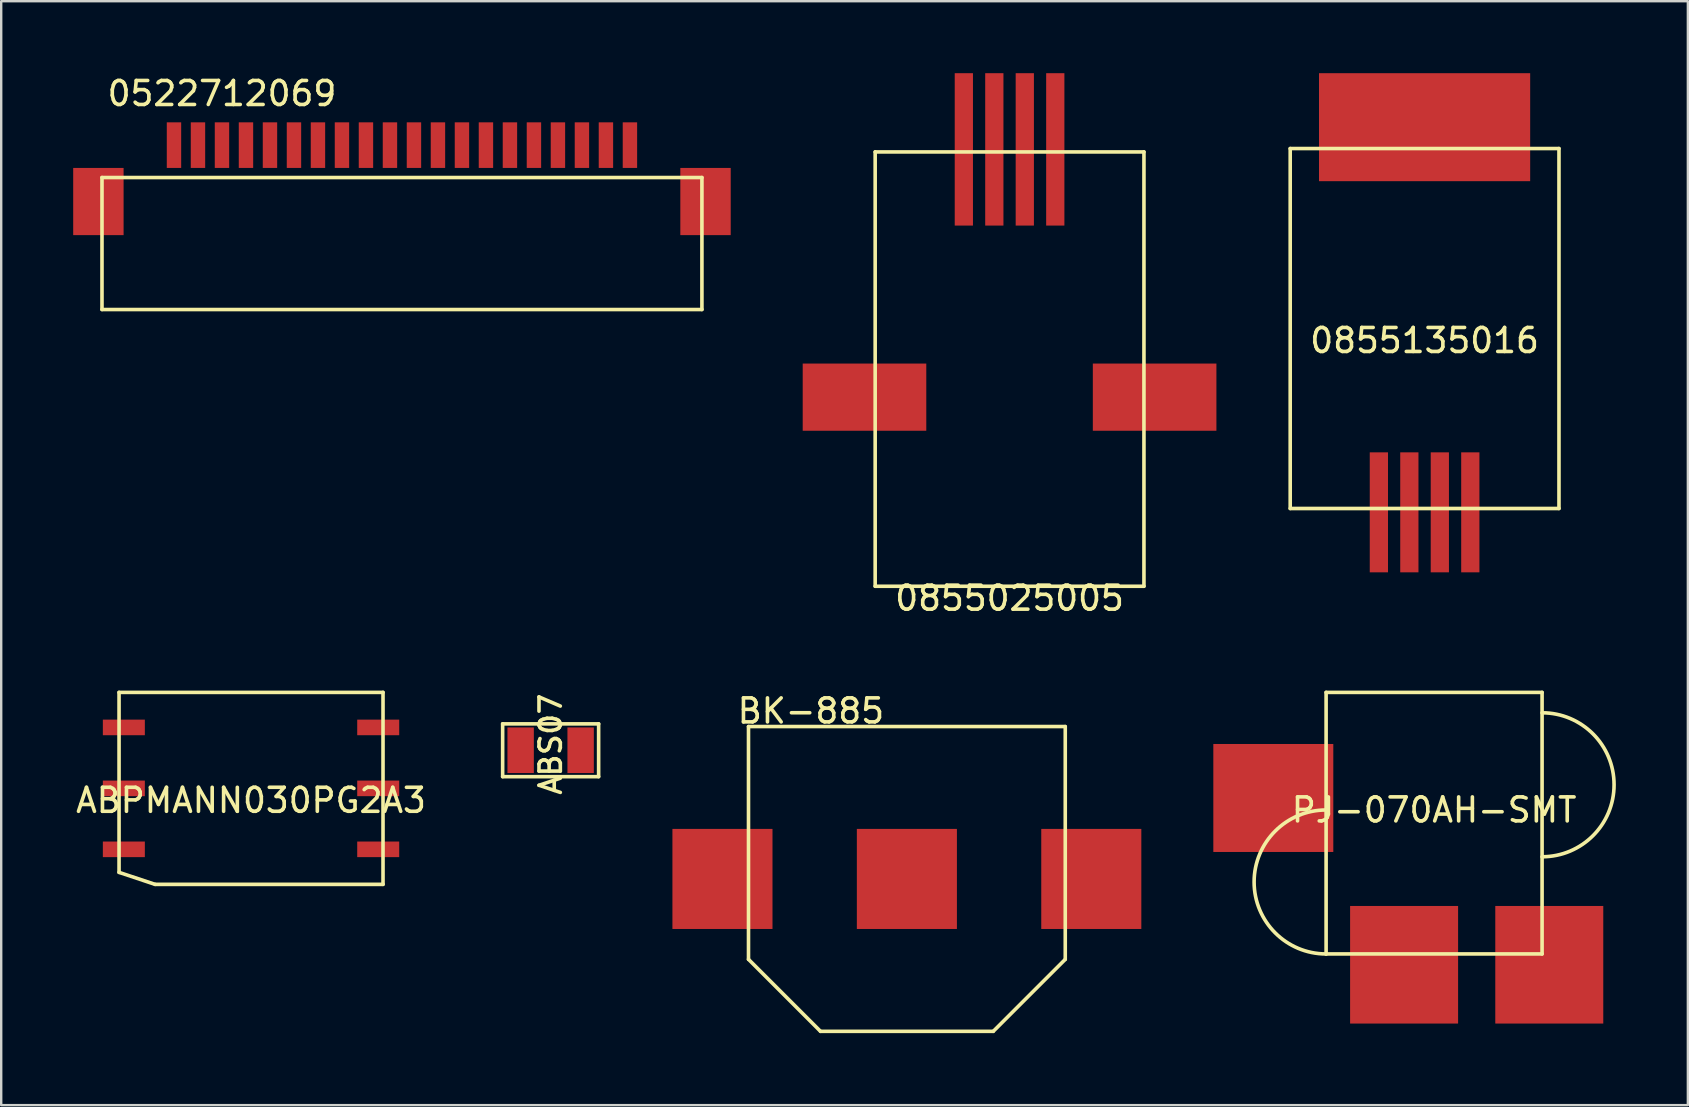
<source format=kicad_pcb>
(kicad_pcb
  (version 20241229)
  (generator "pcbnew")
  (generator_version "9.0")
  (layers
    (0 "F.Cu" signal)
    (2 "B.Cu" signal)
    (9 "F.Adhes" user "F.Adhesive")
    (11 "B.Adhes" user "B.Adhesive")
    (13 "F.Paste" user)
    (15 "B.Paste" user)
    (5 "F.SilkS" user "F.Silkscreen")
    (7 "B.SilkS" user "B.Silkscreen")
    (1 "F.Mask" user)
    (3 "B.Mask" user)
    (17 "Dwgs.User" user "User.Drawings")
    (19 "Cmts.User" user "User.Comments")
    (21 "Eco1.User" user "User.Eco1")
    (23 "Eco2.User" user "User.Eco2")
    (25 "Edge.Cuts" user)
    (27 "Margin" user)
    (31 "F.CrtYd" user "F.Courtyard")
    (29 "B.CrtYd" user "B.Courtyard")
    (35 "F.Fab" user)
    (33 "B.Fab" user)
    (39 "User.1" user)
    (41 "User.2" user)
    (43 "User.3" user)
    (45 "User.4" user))
  (footprint "0855135016"
    (layer "F.Cu")
    (at 56.315 10.64)
    (property "Reference" "0855135016" (at 0 0.5 0) (layer "F.SilkS") (effects (font (size 1 1) (thickness 0.15))))
    (attr through_hole)
    (fp_line (start -5.6 -7.5) (end 5.6 -7.5) (stroke (width 0.15) (type solid)) (layer "F.SilkS"))
    (fp_line (start -5.6 7.5) (end -5.6 -7.5) (stroke (width 0.15) (type solid)) (layer "F.SilkS"))
    (fp_line (start 5.6 -7.5) (end 5.6 7.5) (stroke (width 0.15) (type solid)) (layer "F.SilkS"))
    (fp_line (start 5.6 7.5) (end -5.6 7.5) (stroke (width 0.15) (type solid)) (layer "F.SilkS"))
    (pad "1" smd rect (at 1.905 7.66) (size 0.76 5) (layers "F.Cu" "F.Mask" "F.Paste"))
    (pad "2" smd rect (at 0.635 7.66) (size 0.76 5) (layers "F.Cu" "F.Mask" "F.Paste"))
    (pad "3" smd rect (at -0.635 7.66) (size 0.76 5) (layers "F.Cu" "F.Mask" "F.Paste"))
    (pad "4" smd rect (at -1.905 7.66) (size 0.76 5) (layers "F.Cu" "F.Mask" "F.Paste"))
    (pad "5" smd rect (at 0 -8.39) (size 8.8 4.5) (layers "F.Cu" "F.Mask" "F.Paste")))
  (footprint "ABS07"
    (layer "F.Cu")
    (at 19.896 28.214)
    (property "Reference" "ABS07" (at 0 -0.254 90) (layer "F.SilkS") (effects (font (size 0.889 0.889) (thickness 0.15))))
    (attr through_hole)
    (fp_line (start -2 -1.1) (end 2 -1.1) (stroke (width 0.15) (type solid)) (layer "F.SilkS"))
    (fp_line (start -2 1.1) (end -2 -1.1) (stroke (width 0.15) (type solid)) (layer "F.SilkS"))
    (fp_line (start 2 -1.1) (end 2 1.1) (stroke (width 0.15) (type solid)) (layer "F.SilkS"))
    (fp_line (start 2 1.1) (end -2 1.1) (stroke (width 0.15) (type solid)) (layer "F.SilkS"))
    (pad "1" smd rect (at -1.25 0) (size 1.1 1.9) (layers "F.Cu" "F.Mask" "F.Paste"))
    (pad "2" smd rect (at 1.25 0) (size 1.1 1.9) (layers "F.Cu" "F.Mask" "F.Paste")))
  (footprint "0855025005"
    (layer "F.Cu")
    (at 39.02 21.38)
    (property "Reference" "0855025005" (at 0 0.5 0) (layer "F.SilkS") (effects (font (size 1 1) (thickness 0.15))))
    (attr through_hole)
    (fp_line (start -5.6 -18.1) (end -5.6 0) (stroke (width 0.15) (type solid)) (layer "F.SilkS"))
    (fp_line (start -5.6 0) (end 5.6 0) (stroke (width 0.15) (type solid)) (layer "F.SilkS"))
    (fp_line (start 5.6 -18.1) (end -5.6 -18.1) (stroke (width 0.15) (type solid)) (layer "F.SilkS"))
    (fp_line (start 5.6 0) (end 5.6 -18.1) (stroke (width 0.15) (type solid)) (layer "F.SilkS"))
    (pad "1" smd rect (at -1.905 -18.205) (size 0.76 6.35) (layers "F.Cu" "F.Mask" "F.Paste"))
    (pad "2" smd rect (at -0.635 -18.205) (size 0.76 6.35) (layers "F.Cu" "F.Mask" "F.Paste"))
    (pad "3" smd rect (at 0.635 -18.205) (size 0.76 6.35) (layers "F.Cu" "F.Mask" "F.Paste"))
    (pad "4" smd rect (at 1.905 -18.205) (size 0.76 6.35) (layers "F.Cu" "F.Mask" "F.Paste"))
    (pad "5" smd rect (at -6.045 -7.88) (size 5.15 2.8) (layers "F.Cu" "F.Mask" "F.Paste"))
    (pad "5" smd rect (at 6.045 -7.88) (size 5.15 2.8) (layers "F.Cu" "F.Mask" "F.Paste")))
  (footprint "ABPMANN030PG2A3"
    (layer "F.Cu")
    (at 7.411 29.803)
    (property "Reference" "ABPMANN030PG2A3" (at 0 0.5 0) (layer "F.SilkS") (effects (font (size 1 1) (thickness 0.15))))
    (attr through_hole)
    (fp_line (start -5.5 -4) (end 5.5 -4) (stroke (width 0.15) (type solid)) (layer "F.SilkS"))
    (fp_line (start -5.5 3.5) (end -5.5 -4) (stroke (width 0.15) (type solid)) (layer "F.SilkS"))
    (fp_line (start -5.5 3.5) (end -4 4) (stroke (width 0.15) (type solid)) (layer "F.SilkS"))
    (fp_line (start -4 4) (end 5.5 4) (stroke (width 0.15) (type solid)) (layer "F.SilkS"))
    (fp_line (start 5.5 -4) (end 5.5 4) (stroke (width 0.15) (type solid)) (layer "F.SilkS"))
    (pad "1" smd rect (at -5.3 2.54) (size 1.75 0.65) (layers "F.Cu" "F.Mask" "F.Paste"))
    (pad "2" smd rect (at -5.3 0) (size 1.75 0.65) (layers "F.Cu" "F.Mask" "F.Paste"))
    (pad "3" smd rect (at -5.3 -2.54) (size 1.75 0.65) (layers "F.Cu" "F.Mask" "F.Paste"))
    (pad "4" smd rect (at 5.3 -2.54) (size 1.75 0.65) (layers "F.Cu" "F.Mask" "F.Paste"))
    (pad "5" smd rect (at 5.3 0) (size 1.75 0.65) (layers "F.Cu" "F.Mask" "F.Paste"))
    (pad "6" smd rect (at 5.3 2.54) (size 1.75 0.65) (layers "F.Cu" "F.Mask" "F.Paste")))
  (footprint "0522712069"
    (layer "F.Cu")
    (at 13.7 4.348)
    (property "Reference" "0522712069" (at -7.5 -3.5 0) (layer "F.SilkS") (effects (font (size 1 1) (thickness 0.15))))
    (attr through_hole)
    (fp_line (start -12.5 0) (end 12.5 0) (stroke (width 0.15) (type solid)) (layer "F.SilkS"))
    (fp_line (start -12.5 5.5) (end -12.5 0) (stroke (width 0.15) (type solid)) (layer "F.SilkS"))
    (fp_line (start 12.5 0) (end 12.5 5.5) (stroke (width 0.15) (type solid)) (layer "F.SilkS"))
    (fp_line (start 12.5 5.5) (end -12.5 5.5) (stroke (width 0.15) (type solid)) (layer "F.SilkS"))
    (pad "1" smd rect (at -9.5 -1.35) (size 0.6 1.9) (layers "F.Cu" "F.Mask" "F.Paste"))
    (pad "2" smd rect (at -8.5 -1.35) (size 0.6 1.9) (layers "F.Cu" "F.Mask" "F.Paste"))
    (pad "3" smd rect (at -7.5 -1.35) (size 0.6 1.9) (layers "F.Cu" "F.Mask" "F.Paste"))
    (pad "4" smd rect (at -6.5 -1.35) (size 0.6 1.9) (layers "F.Cu" "F.Mask" "F.Paste"))
    (pad "5" smd rect (at -5.5 -1.35) (size 0.6 1.9) (layers "F.Cu" "F.Mask" "F.Paste"))
    (pad "6" smd rect (at -4.5 -1.35) (size 0.6 1.9) (layers "F.Cu" "F.Mask" "F.Paste"))
    (pad "7" smd rect (at -3.5 -1.35) (size 0.6 1.9) (layers "F.Cu" "F.Mask" "F.Paste"))
    (pad "8" smd rect (at -2.5 -1.35) (size 0.6 1.9) (layers "F.Cu" "F.Mask" "F.Paste"))
    (pad "9" smd rect (at -1.5 -1.35) (size 0.6 1.9) (layers "F.Cu" "F.Mask" "F.Paste"))
    (pad "10" smd rect (at -0.5 -1.35) (size 0.6 1.9) (layers "F.Cu" "F.Mask" "F.Paste"))
    (pad "11" smd rect (at 0.5 -1.35) (size 0.6 1.9) (layers "F.Cu" "F.Mask" "F.Paste"))
    (pad "12" smd rect (at 1.5 -1.35) (size 0.6 1.9) (layers "F.Cu" "F.Mask" "F.Paste"))
    (pad "13" smd rect (at 2.5 -1.35) (size 0.6 1.9) (layers "F.Cu" "F.Mask" "F.Paste"))
    (pad "14" smd rect (at 3.5 -1.35) (size 0.6 1.9) (layers "F.Cu" "F.Mask" "F.Paste"))
    (pad "15" smd rect (at 4.5 -1.35) (size 0.6 1.9) (layers "F.Cu" "F.Mask" "F.Paste"))
    (pad "16" smd rect (at 5.5 -1.35) (size 0.6 1.9) (layers "F.Cu" "F.Mask" "F.Paste"))
    (pad "17" smd rect (at 6.5 -1.35) (size 0.6 1.9) (layers "F.Cu" "F.Mask" "F.Paste"))
    (pad "18" smd rect (at 7.5 -1.35) (size 0.6 1.9) (layers "F.Cu" "F.Mask" "F.Paste"))
    (pad "19" smd rect (at 8.5 -1.35) (size 0.6 1.9) (layers "F.Cu" "F.Mask" "F.Paste"))
    (pad "20" smd rect (at 9.5 -1.35) (size 0.6 1.9) (layers "F.Cu" "F.Mask" "F.Paste"))
    (pad "21" smd rect (at -12.65 1) (size 2.1 2.8) (layers "F.Cu" "F.Mask" "F.Paste"))
    (pad "21" smd rect (at 12.65 1) (size 2.1 2.8) (layers "F.Cu" "F.Mask" "F.Paste")))
  (footprint "BK-885"
    (layer "F.Cu")
    (at 34.741 33.577)
    (property "Reference" "BK-885" (at -4 -7 0) (layer "F.SilkS") (effects (font (size 1 1) (thickness 0.15))))
    (attr through_hole)
    (fp_line (start -6.6 -6.35) (end -6.6 3.35) (stroke (width 0.15) (type solid)) (layer "F.SilkS"))
    (fp_line (start -6.6 3.35) (end -3.6 6.35) (stroke (width 0.15) (type solid)) (layer "F.SilkS"))
    (fp_line (start -3.6 6.35) (end 3.6 6.35) (stroke (width 0.15) (type solid)) (layer "F.SilkS"))
    (fp_line (start 6.6 -6.35) (end -6.6 -6.35) (stroke (width 0.15) (type solid)) (layer "F.SilkS"))
    (fp_line (start 6.6 3.35) (end 3.6 6.35) (stroke (width 0.15) (type solid)) (layer "F.SilkS"))
    (fp_line (start 6.6 3.35) (end 6.6 -6.35) (stroke (width 0.15) (type solid)) (layer "F.SilkS"))
    (pad "1" smd rect (at -7.685 0) (size 4.17 4.17) (layers "F.Cu" "F.Mask" "F.Paste"))
    (pad "2" smd rect (at 0 0) (size 4.17 4.17) (layers "F.Cu" "F.Mask" "F.Paste"))
    (pad "3" smd rect (at 7.685 0) (size 4.17 4.17) (layers "F.Cu" "F.Mask" "F.Paste")))
  (footprint "PJ-070AH-SMT"
    (layer "F.Cu")
    (at 56.711 30.203)
    (property "Reference" "PJ-070AH-SMT" (at 0 0.5 0) (layer "F.SilkS") (effects (font (size 1 1) (thickness 0.15))))
    (attr through_hole)
    (fp_line (start -4.5 -4.4) (end -4.5 6.5) (stroke (width 0.15) (type solid)) (layer "F.SilkS"))
    (fp_line (start -4.5 6.5) (end 4.5 6.5) (stroke (width 0.15) (type solid)) (layer "F.SilkS"))
    (fp_line (start 4.5 -4.4) (end -4.5 -4.4) (stroke (width 0.15) (type solid)) (layer "F.SilkS"))
    (fp_line (start 4.5 6.5) (end 4.5 -4.4) (stroke (width 0.15) (type solid)) (layer "F.SilkS"))
    (fp_arc (start -4.5 6.5) (mid -7.5 3.5) (end -4.5 0.5) (stroke (width 0.15) (type solid)) (layer "F.SilkS"))
    (fp_arc (start 4.5 -3.55) (mid 7.5 -0.55) (end 4.5 2.45) (stroke (width 0.15) (type solid)) (layer "F.SilkS"))
    (pad "1" smd rect (at -6.7 0) (size 5 4.5) (layers "F.Cu" "F.Mask" "F.Paste"))
    (pad "2" smd rect (at -1.25 6.95) (size 4.5 4.9) (layers "F.Cu" "F.Mask" "F.Paste"))
    (pad "3" smd rect (at 4.8 6.95) (size 4.5 4.9) (layers "F.Cu" "F.Mask" "F.Paste")))
  (gr_rect
    (start -3 -3)
    (end 67.286 43.002)
    (stroke (width 0.1) (type default))
    (fill no)
    (layer "Edge.Cuts")))
</source>
